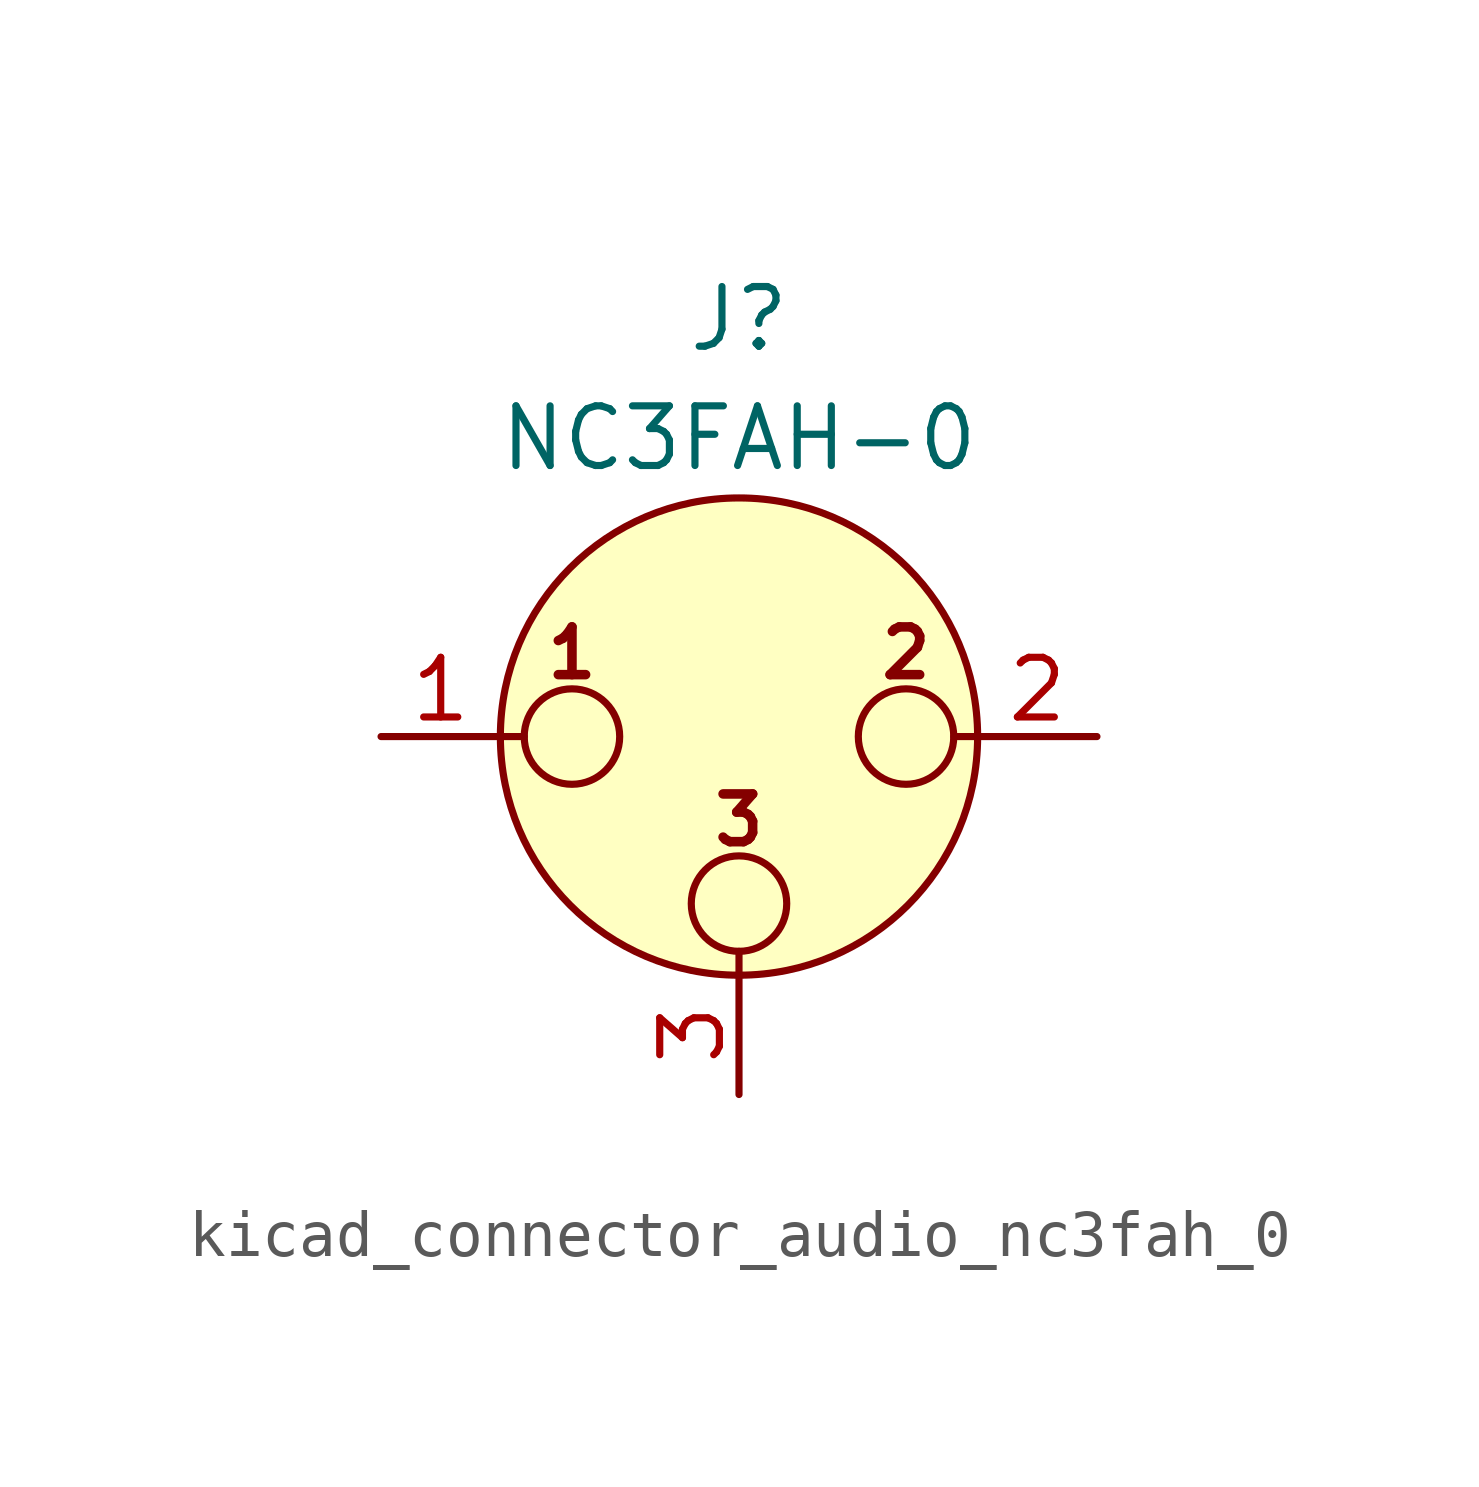
<source format=kicad_sym>
(kicad_symbol_lib
  (version 20220914)
  (generator kicad_symbol_editor)
  (symbol "kicad_connector_audio_nc3fah_0"
    (pin_names hide)
    (property "Reference" "J"
      (at 0 8.89 0)
      (effects (font (size 1.27 1.27))))
    (property "Value" "NC3FAH-0"
      (at 0 6.35 0)
      (effects (font (size 1.27 1.27))))
    (symbol "kicad_connector_audio_nc3fah_0_0_1"
      (circle (center -3.556 0) (radius 1.016) (stroke (width 0) (type default)) (fill (type none)))
      (circle (center 0 -3.556) (radius 1.016) (stroke (width 0) (type default)) (fill (type none)))
      (polyline (pts (xy -5.08 0) (xy -4.572 0)) (stroke (width 0) (type default)) (fill (type none)))
      (polyline (pts (xy 0 -5.08) (xy 0 -4.572)) (stroke (width 0) (type default)) (fill (type none)))
      (polyline (pts (xy 5.08 0) (xy 4.572 0)) (stroke (width 0) (type default)) (fill (type none)))
      (circle (center 0 0) (radius 5.08) (stroke (width 0) (type default)) (fill (type background)))
      (circle (center 3.556 0) (radius 1.016) (stroke (width 0) (type default)) (fill (type none)))
      (text "1" (at -3.556 1.778 0) (effects (font (size 1.016 1.016) bold)))
      (text "2" (at 3.556 1.778 0) (effects (font (size 1.016 1.016) bold)))
      (text "3" (at 0 -1.778 0) (effects (font (size 1.016 1.016) bold)))
      (pin passive line (at -7.62 0 0) (length 2.54) (name "~" (effects (font (size 1.27 1.27)))) (number "1" (effects (font (size 1.27 1.27)))))
      (pin passive line (at 7.62 0 180) (length 2.54) (name "~" (effects (font (size 1.27 1.27)))) (number "2" (effects (font (size 1.27 1.27)))))
      (pin passive line (at 0 -7.62 90) (length 2.54) (name "~" (effects (font (size 1.27 1.27)))) (number "3" (effects (font (size 1.27 1.27))))))))
</source>
